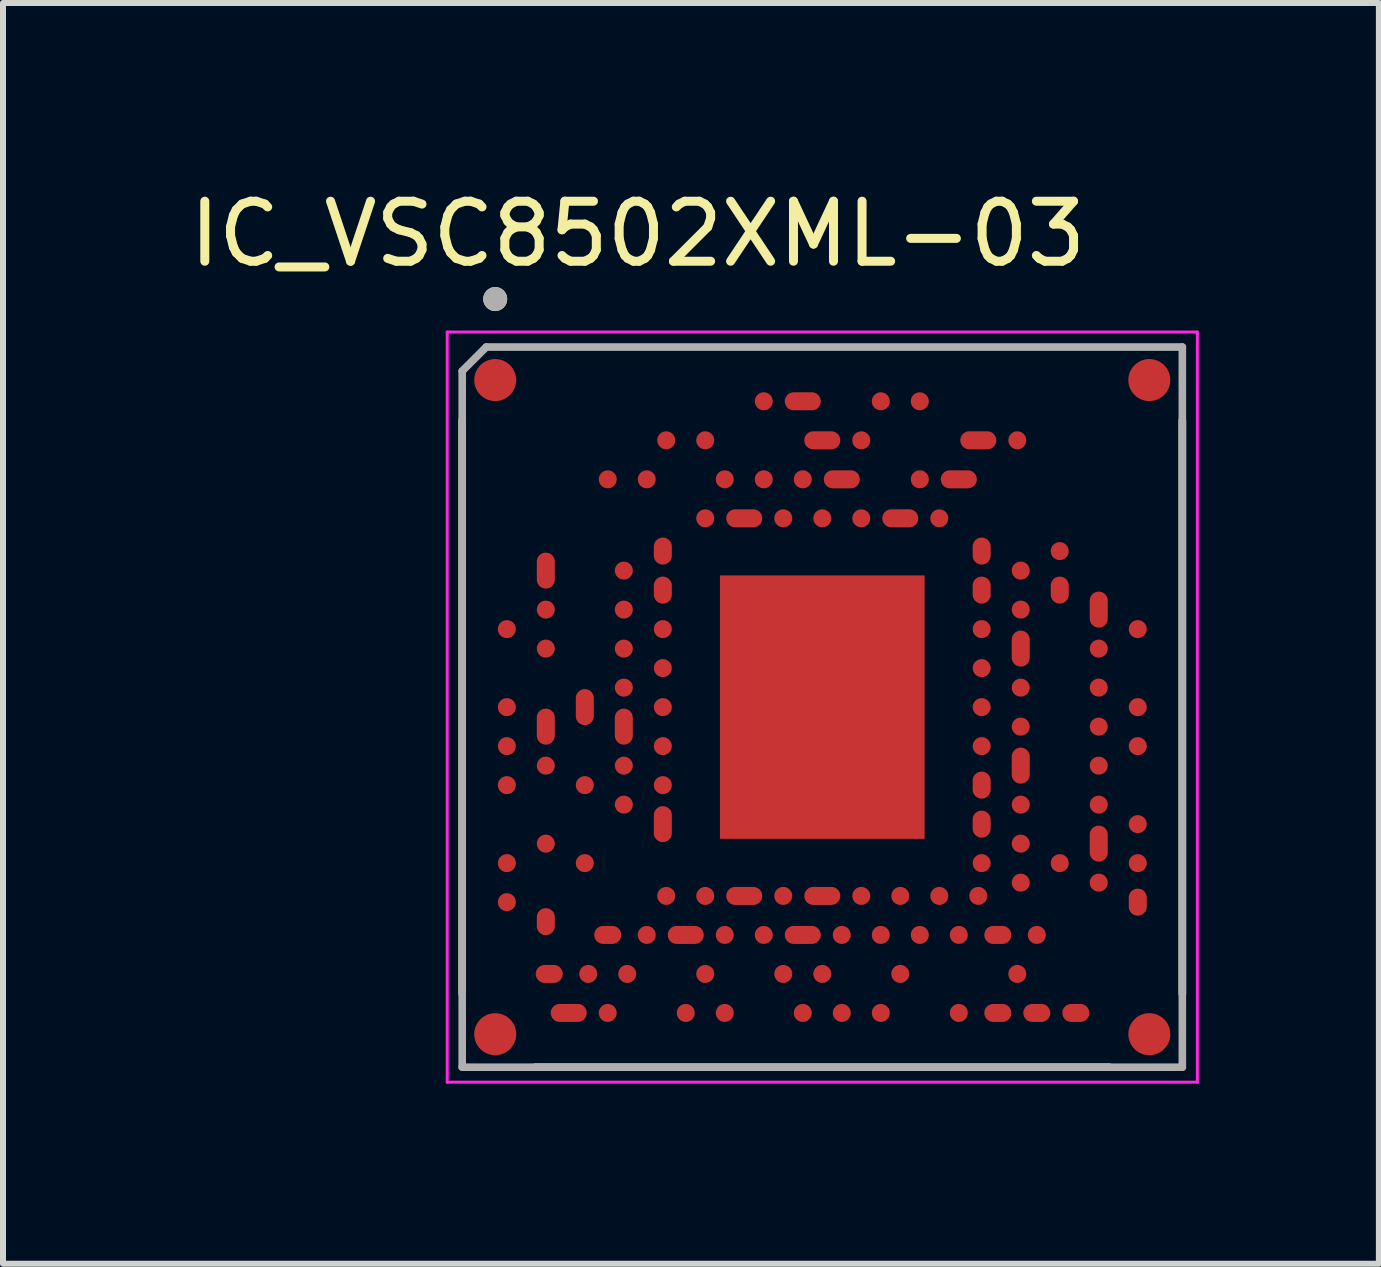
<source format=kicad_pcb>
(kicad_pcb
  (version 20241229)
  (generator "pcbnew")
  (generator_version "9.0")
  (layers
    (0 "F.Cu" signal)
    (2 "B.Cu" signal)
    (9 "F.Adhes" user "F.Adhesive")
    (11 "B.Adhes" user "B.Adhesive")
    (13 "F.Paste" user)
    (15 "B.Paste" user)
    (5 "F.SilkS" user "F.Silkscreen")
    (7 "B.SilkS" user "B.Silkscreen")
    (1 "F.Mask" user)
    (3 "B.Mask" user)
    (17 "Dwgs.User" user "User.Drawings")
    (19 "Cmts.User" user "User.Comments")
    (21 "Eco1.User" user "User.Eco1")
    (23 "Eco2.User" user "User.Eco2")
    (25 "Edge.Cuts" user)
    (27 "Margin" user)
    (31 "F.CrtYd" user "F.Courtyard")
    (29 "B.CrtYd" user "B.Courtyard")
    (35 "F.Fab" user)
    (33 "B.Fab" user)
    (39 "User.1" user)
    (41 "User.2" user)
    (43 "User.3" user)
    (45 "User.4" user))
  (footprint "IC_VSC8502XML-03"
    (layer "F.Cu")
    (at 10.652 8.733)
    (property "Reference" "IC_VSC8502XML-03" (at -3.075 -7.885 0) (layer "F.SilkS") (effects (font (size 1 1) (thickness 0.15))))
    (attr through_hole)
    (fp_line (start -6 -4.78) (end -6 4.78) (stroke (width 0.127) (type solid)) (layer "F.SilkS"))
    (fp_line (start -4.78 6) (end 4.78 6) (stroke (width 0.127) (type solid)) (layer "F.SilkS"))
    (fp_line (start 6 -4.78) (end 6 4.78) (stroke (width 0.127) (type solid)) (layer "F.SilkS"))
    (fp_circle (center -5.45 -6.8) (end -5.35 -6.8) (stroke (width 0.2) (type solid)) (fill no) (layer "F.SilkS"))
    (fp_poly (pts (xy -1.235 -1.725) (xy -0.235 -1.725) (xy -0.235 -0.235) (xy -1.235 -0.235)) (stroke (width 0.01) (type solid)) (fill yes) (layer "F.Paste"))
    (fp_poly (pts (xy -1.235 0.235) (xy -0.235 0.235) (xy -0.235 1.725) (xy -1.235 1.725)) (stroke (width 0.01) (type solid)) (fill yes) (layer "F.Paste"))
    (fp_poly (pts (xy 0.235 -1.725) (xy 1.235 -1.725) (xy 1.235 -0.235) (xy 0.235 -0.235)) (stroke (width 0.01) (type solid)) (fill yes) (layer "F.Paste"))
    (fp_poly (pts (xy 0.235 0.235) (xy 1.235 0.235) (xy 1.235 1.725) (xy 0.235 1.725)) (stroke (width 0.01) (type solid)) (fill yes) (layer "F.Paste"))
    (fp_line (start -6.25 -6.25) (end -6.25 6.25) (stroke (width 0.05) (type solid)) (layer "F.CrtYd"))
    (fp_line (start -6.25 6.25) (end 6.25 6.25) (stroke (width 0.05) (type solid)) (layer "F.CrtYd"))
    (fp_line (start 6.25 -6.25) (end -6.25 -6.25) (stroke (width 0.05) (type solid)) (layer "F.CrtYd"))
    (fp_line (start 6.25 6.25) (end 6.25 -6.25) (stroke (width 0.05) (type solid)) (layer "F.CrtYd"))
    (fp_line (start -6 -5.6) (end -5.6 -6) (stroke (width 0.127) (type solid)) (layer "F.Fab"))
    (fp_line (start -6 6) (end -6 -5.6) (stroke (width 0.127) (type solid)) (layer "F.Fab"))
    (fp_line (start -5.6 -6) (end 6 -6) (stroke (width 0.127) (type solid)) (layer "F.Fab"))
    (fp_line (start 6 -6) (end 6 6) (stroke (width 0.127) (type solid)) (layer "F.Fab"))
    (fp_line (start 6 6) (end -6 6) (stroke (width 0.127) (type solid)) (layer "F.Fab"))
    (fp_circle (center -5.45 -6.8) (end -5.35 -6.8) (stroke (width 0.2) (type solid)) (fill no) (layer "F.Fab"))
    (pad "A1" smd circle (at -5.45 -5.45 180) (size 0.7 0.7) (layers "F.Cu" "F.Mask" "F.Paste"))
    (pad "A2" smd circle (at -5.256 -1.3 180) (size 0.3 0.3) (layers "F.Cu" "F.Mask" "F.Paste"))
    (pad "A3" smd circle (at -5.256 0 180) (size 0.3 0.3) (layers "F.Cu" "F.Mask" "F.Paste"))
    (pad "A4" smd circle (at -5.256 0.65 180) (size 0.3 0.3) (layers "F.Cu" "F.Mask" "F.Paste"))
    (pad "A5" smd circle (at -5.256 1.3 180) (size 0.3 0.3) (layers "F.Cu" "F.Mask" "F.Paste"))
    (pad "A6" smd circle (at -5.256 2.6 180) (size 0.3 0.3) (layers "F.Cu" "F.Mask" "F.Paste"))
    (pad "A7" smd circle (at -5.256 3.25 180) (size 0.3 0.3) (layers "F.Cu" "F.Mask" "F.Paste"))
    (pad "A8" smd circle (at -5.45 5.45 180) (size 0.7 0.7) (layers "F.Cu" "F.Mask" "F.Paste"))
    (pad "A9" smd oval (at -4.225 5.096 180) (size 0.6 0.3) (layers "F.Cu" "F.Mask" "F.Paste"))
    (pad "A10" smd circle (at -3.575 5.096 180) (size 0.3 0.3) (layers "F.Cu" "F.Mask" "F.Paste"))
    (pad "A11" smd circle (at -2.275 5.096 180) (size 0.3 0.3) (layers "F.Cu" "F.Mask" "F.Paste"))
    (pad "A12" smd circle (at -1.625 5.096 180) (size 0.3 0.3) (layers "F.Cu" "F.Mask" "F.Paste"))
    (pad "A13" smd circle (at -0.325 5.096 180) (size 0.3 0.3) (layers "F.Cu" "F.Mask" "F.Paste"))
    (pad "A14" smd circle (at 0.325 5.096 180) (size 0.3 0.3) (layers "F.Cu" "F.Mask" "F.Paste"))
    (pad "A15" smd circle (at 0.975 5.096 180) (size 0.3 0.3) (layers "F.Cu" "F.Mask" "F.Paste"))
    (pad "A16" smd circle (at 2.275 5.096) (size 0.3 0.3) (layers "F.Cu" "F.Mask" "F.Paste"))
    (pad "A17" smd oval (at 2.925 5.096) (size 0.45 0.3) (layers "F.Cu" "F.Mask" "F.Paste"))
    (pad "A18" smd oval (at 3.575 5.096) (size 0.45 0.3) (layers "F.Cu" "F.Mask" "F.Paste"))
    (pad "A19" smd oval (at 4.225 5.096) (size 0.45 0.3) (layers "F.Cu" "F.Mask" "F.Paste"))
    (pad "A20" smd circle (at 5.45 5.45 180) (size 0.7 0.7) (layers "F.Cu" "F.Mask" "F.Paste"))
    (pad "A21" smd oval (at 5.257 3.25 90) (size 0.45 0.3) (layers "F.Cu" "F.Mask" "F.Paste"))
    (pad "A22" smd circle (at 5.257 2.6 180) (size 0.3 0.3) (layers "F.Cu" "F.Mask" "F.Paste"))
    (pad "A23" smd circle (at 5.257 1.95 180) (size 0.3 0.3) (layers "F.Cu" "F.Mask" "F.Paste"))
    (pad "A24" smd circle (at 5.257 0.65 180) (size 0.3 0.3) (layers "F.Cu" "F.Mask" "F.Paste"))
    (pad "A25" smd circle (at 5.257 0 180) (size 0.3 0.3) (layers "F.Cu" "F.Mask" "F.Paste"))
    (pad "A26" smd circle (at 5.257 -1.3 180) (size 0.3 0.3) (layers "F.Cu" "F.Mask" "F.Paste"))
    (pad "A27" smd circle (at 5.45 -5.45 180) (size 0.7 0.7) (layers "F.Cu" "F.Mask" "F.Paste"))
    (pad "A28" smd circle (at 1.625 -5.096) (size 0.3 0.3) (layers "F.Cu" "F.Mask" "F.Paste"))
    (pad "A29" smd circle (at 0.975 -5.096) (size 0.3 0.3) (layers "F.Cu" "F.Mask" "F.Paste"))
    (pad "A30" smd oval (at -0.325 -5.096) (size 0.6 0.3) (layers "F.Cu" "F.Mask" "F.Paste"))
    (pad "A31" smd circle (at -0.975 -5.096) (size 0.3 0.3) (layers "F.Cu" "F.Mask" "F.Paste"))
    (pad "B1" smd oval (at -4.607 -2.275 90) (size 0.6 0.3) (layers "F.Cu" "F.Mask" "F.Paste"))
    (pad "B2" smd circle (at -4.607 -1.625 180) (size 0.3 0.3) (layers "F.Cu" "F.Mask" "F.Paste"))
    (pad "B3" smd circle (at -4.607 -0.975 180) (size 0.3 0.3) (layers "F.Cu" "F.Mask" "F.Paste"))
    (pad "B4" smd oval (at -4.607 0.325 90) (size 0.6 0.3) (layers "F.Cu" "F.Mask" "F.Paste"))
    (pad "B5" smd circle (at -4.607 0.975 180) (size 0.3 0.3) (layers "F.Cu" "F.Mask" "F.Paste"))
    (pad "B6" smd circle (at -4.607 2.275 180) (size 0.3 0.3) (layers "F.Cu" "F.Mask" "F.Paste"))
    (pad "B7" smd oval (at -4.607 3.575 90) (size 0.45 0.3) (layers "F.Cu" "F.Mask" "F.Paste"))
    (pad "B8" smd oval (at -4.55 4.446 180) (size 0.45 0.3) (layers "F.Cu" "F.Mask" "F.Paste"))
    (pad "B9" smd circle (at -3.9 4.446 180) (size 0.3 0.3) (layers "F.Cu" "F.Mask" "F.Paste"))
    (pad "B10" smd circle (at -3.25 4.446 180) (size 0.3 0.3) (layers "F.Cu" "F.Mask" "F.Paste"))
    (pad "B11" smd circle (at -1.95 4.446 180) (size 0.3 0.3) (layers "F.Cu" "F.Mask" "F.Paste"))
    (pad "B12" smd circle (at -0.65 4.446 180) (size 0.3 0.3) (layers "F.Cu" "F.Mask" "F.Paste"))
    (pad "B13" smd circle (at 0 4.446 180) (size 0.3 0.3) (layers "F.Cu" "F.Mask" "F.Paste"))
    (pad "B14" smd circle (at 1.3 4.446 180) (size 0.3 0.3) (layers "F.Cu" "F.Mask" "F.Paste"))
    (pad "B15" smd circle (at 3.25 4.446 180) (size 0.3 0.3) (layers "F.Cu" "F.Mask" "F.Paste"))
    (pad "B16" smd circle (at 4.607 2.925 180) (size 0.3 0.3) (layers "F.Cu" "F.Mask" "F.Paste"))
    (pad "B17" smd oval (at 4.607 2.275 90) (size 0.6 0.3) (layers "F.Cu" "F.Mask" "F.Paste"))
    (pad "B18" smd circle (at 4.607 1.625 180) (size 0.3 0.3) (layers "F.Cu" "F.Mask" "F.Paste"))
    (pad "B19" smd circle (at 4.607 0.975 180) (size 0.3 0.3) (layers "F.Cu" "F.Mask" "F.Paste"))
    (pad "B20" smd circle (at 4.607 0.325 180) (size 0.3 0.3) (layers "F.Cu" "F.Mask" "F.Paste"))
    (pad "B21" smd circle (at 4.607 -0.325 180) (size 0.3 0.3) (layers "F.Cu" "F.Mask" "F.Paste"))
    (pad "B22" smd circle (at 4.607 -0.975 180) (size 0.3 0.3) (layers "F.Cu" "F.Mask" "F.Paste"))
    (pad "B23" smd oval (at 4.607 -1.625 90) (size 0.6 0.3) (layers "F.Cu" "F.Mask" "F.Paste"))
    (pad "B24" smd circle (at 3.25 -4.446 180) (size 0.3 0.3) (layers "F.Cu" "F.Mask" "F.Paste"))
    (pad "B25" smd oval (at 2.6 -4.446) (size 0.6 0.3) (layers "F.Cu" "F.Mask" "F.Paste"))
    (pad "B26" smd circle (at 0.65 -4.446 180) (size 0.3 0.3) (layers "F.Cu" "F.Mask" "F.Paste"))
    (pad "B27" smd oval (at 0 -4.446 180) (size 0.6 0.3) (layers "F.Cu" "F.Mask" "F.Paste"))
    (pad "B28" smd circle (at -1.95 -4.446 180) (size 0.3 0.3) (layers "F.Cu" "F.Mask" "F.Paste"))
    (pad "B29" smd circle (at -2.6 -4.446 180) (size 0.3 0.3) (layers "F.Cu" "F.Mask" "F.Paste"))
    (pad "C1" smd oval (at -3.957 0 90) (size 0.6 0.3) (layers "F.Cu" "F.Mask" "F.Paste"))
    (pad "C2" smd circle (at -3.957 1.3 180) (size 0.3 0.3) (layers "F.Cu" "F.Mask" "F.Paste"))
    (pad "C3" smd circle (at -3.957 2.6 180) (size 0.3 0.3) (layers "F.Cu" "F.Mask" "F.Paste"))
    (pad "C4" smd oval (at -3.575 3.796) (size 0.45 0.3) (layers "F.Cu" "F.Mask" "F.Paste"))
    (pad "C5" smd circle (at -2.925 3.796) (size 0.3 0.3) (layers "F.Cu" "F.Mask" "F.Paste"))
    (pad "C6" smd oval (at -2.275 3.796) (size 0.6 0.3) (layers "F.Cu" "F.Mask" "F.Paste"))
    (pad "C7" smd circle (at -1.625 3.796) (size 0.3 0.3) (layers "F.Cu" "F.Mask" "F.Paste"))
    (pad "C8" smd circle (at -0.975 3.796) (size 0.3 0.3) (layers "F.Cu" "F.Mask" "F.Paste"))
    (pad "C9" smd oval (at -0.325 3.796) (size 0.6 0.3) (layers "F.Cu" "F.Mask" "F.Paste"))
    (pad "C10" smd circle (at 0.325 3.796) (size 0.3 0.3) (layers "F.Cu" "F.Mask" "F.Paste"))
    (pad "C11" smd circle (at 0.975 3.796) (size 0.3 0.3) (layers "F.Cu" "F.Mask" "F.Paste"))
    (pad "C12" smd circle (at 1.625 3.796) (size 0.3 0.3) (layers "F.Cu" "F.Mask" "F.Paste"))
    (pad "C13" smd circle (at 2.275 3.796) (size 0.3 0.3) (layers "F.Cu" "F.Mask" "F.Paste"))
    (pad "C14" smd oval (at 2.925 3.796) (size 0.45 0.3) (layers "F.Cu" "F.Mask" "F.Paste"))
    (pad "C15" smd circle (at 3.575 3.796) (size 0.3 0.3) (layers "F.Cu" "F.Mask" "F.Paste"))
    (pad "C16" smd circle (at 3.957 2.6 180) (size 0.3 0.3) (layers "F.Cu" "F.Mask" "F.Paste"))
    (pad "C17" smd oval (at 3.957 -1.95 270) (size 0.45 0.3) (layers "F.Cu" "F.Mask" "F.Paste"))
    (pad "C18" smd circle (at 3.957 -2.6 180) (size 0.3 0.3) (layers "F.Cu" "F.Mask" "F.Paste"))
    (pad "C19" smd oval (at 2.275 -3.796) (size 0.6 0.3) (layers "F.Cu" "F.Mask" "F.Paste"))
    (pad "C20" smd circle (at 1.625 -3.796) (size 0.3 0.3) (layers "F.Cu" "F.Mask" "F.Paste"))
    (pad "C21" smd oval (at 0.325 -3.796) (size 0.6 0.3) (layers "F.Cu" "F.Mask" "F.Paste"))
    (pad "C22" smd circle (at -0.325 -3.796) (size 0.3 0.3) (layers "F.Cu" "F.Mask" "F.Paste"))
    (pad "C23" smd circle (at -0.975 -3.796) (size 0.3 0.3) (layers "F.Cu" "F.Mask" "F.Paste"))
    (pad "C24" smd circle (at -1.625 -3.796) (size 0.3 0.3) (layers "F.Cu" "F.Mask" "F.Paste"))
    (pad "C25" smd circle (at -2.925 -3.796) (size 0.3 0.3) (layers "F.Cu" "F.Mask" "F.Paste"))
    (pad "C26" smd circle (at -3.575 -3.796) (size 0.3 0.3) (layers "F.Cu" "F.Mask" "F.Paste"))
    (pad "D1" smd circle (at -3.307 -2.275 180) (size 0.3 0.3) (layers "F.Cu" "F.Mask" "F.Paste"))
    (pad "D2" smd circle (at -3.307 -1.625 180) (size 0.3 0.3) (layers "F.Cu" "F.Mask" "F.Paste"))
    (pad "D3" smd circle (at -3.307 -0.975 180) (size 0.3 0.3) (layers "F.Cu" "F.Mask" "F.Paste"))
    (pad "D4" smd circle (at -3.307 -0.325 180) (size 0.3 0.3) (layers "F.Cu" "F.Mask" "F.Paste"))
    (pad "D5" smd oval (at -3.307 0.325 90) (size 0.6 0.3) (layers "F.Cu" "F.Mask" "F.Paste"))
    (pad "D6" smd circle (at -3.307 0.975 180) (size 0.3 0.3) (layers "F.Cu" "F.Mask" "F.Paste"))
    (pad "D7" smd circle (at -3.307 1.625 180) (size 0.3 0.3) (layers "F.Cu" "F.Mask" "F.Paste"))
    (pad "D8" smd circle (at -2.6 3.146 180) (size 0.3 0.3) (layers "F.Cu" "F.Mask" "F.Paste"))
    (pad "D9" smd circle (at -1.95 3.146 180) (size 0.3 0.3) (layers "F.Cu" "F.Mask" "F.Paste"))
    (pad "D10" smd oval (at -1.3 3.146 180) (size 0.6 0.3) (layers "F.Cu" "F.Mask" "F.Paste"))
    (pad "D11" smd circle (at -0.65 3.146 180) (size 0.3 0.3) (layers "F.Cu" "F.Mask" "F.Paste"))
    (pad "D12" smd oval (at 0 3.146 180) (size 0.6 0.3) (layers "F.Cu" "F.Mask" "F.Paste"))
    (pad "D13" smd circle (at 0.65 3.146 180) (size 0.3 0.3) (layers "F.Cu" "F.Mask" "F.Paste"))
    (pad "D14" smd circle (at 1.3 3.146 180) (size 0.3 0.3) (layers "F.Cu" "F.Mask" "F.Paste"))
    (pad "D15" smd circle (at 1.95 3.146 180) (size 0.3 0.3) (layers "F.Cu" "F.Mask" "F.Paste"))
    (pad "D16" smd circle (at 2.6 3.146 180) (size 0.3 0.3) (layers "F.Cu" "F.Mask" "F.Paste"))
    (pad "D17" smd circle (at 3.307 2.925 180) (size 0.3 0.3) (layers "F.Cu" "F.Mask" "F.Paste"))
    (pad "D18" smd circle (at 3.307 2.275 180) (size 0.3 0.3) (layers "F.Cu" "F.Mask" "F.Paste"))
    (pad "D19" smd circle (at 3.307 1.625 180) (size 0.3 0.3) (layers "F.Cu" "F.Mask" "F.Paste"))
    (pad "D20" smd oval (at 3.307 0.975 90) (size 0.6 0.3) (layers "F.Cu" "F.Mask" "F.Paste"))
    (pad "D21" smd circle (at 3.307 0.325 180) (size 0.3 0.3) (layers "F.Cu" "F.Mask" "F.Paste"))
    (pad "D22" smd circle (at 3.307 -0.325 180) (size 0.3 0.3) (layers "F.Cu" "F.Mask" "F.Paste"))
    (pad "D23" smd oval (at 3.307 -0.975 90) (size 0.6 0.3) (layers "F.Cu" "F.Mask" "F.Paste"))
    (pad "D24" smd circle (at 3.307 -1.625 180) (size 0.3 0.3) (layers "F.Cu" "F.Mask" "F.Paste"))
    (pad "D25" smd circle (at 3.307 -2.275 180) (size 0.3 0.3) (layers "F.Cu" "F.Mask" "F.Paste"))
    (pad "D26" smd circle (at 1.95 -3.146 180) (size 0.3 0.3) (layers "F.Cu" "F.Mask" "F.Paste"))
    (pad "D27" smd oval (at 1.3 -3.146 180) (size 0.6 0.3) (layers "F.Cu" "F.Mask" "F.Paste"))
    (pad "D28" smd circle (at 0.65 -3.146 180) (size 0.3 0.3) (layers "F.Cu" "F.Mask" "F.Paste"))
    (pad "D29" smd circle (at 0 -3.146 180) (size 0.3 0.3) (layers "F.Cu" "F.Mask" "F.Paste"))
    (pad "D30" smd circle (at -0.65 -3.146 180) (size 0.3 0.3) (layers "F.Cu" "F.Mask" "F.Paste"))
    (pad "D31" smd oval (at -1.3 -3.146 180) (size 0.6 0.3) (layers "F.Cu" "F.Mask" "F.Paste"))
    (pad "D32" smd circle (at -1.95 -3.146 180) (size 0.3 0.3) (layers "F.Cu" "F.Mask" "F.Paste"))
    (pad "E1" smd oval (at -2.657 -2.6 90) (size 0.45 0.3) (layers "F.Cu" "F.Mask" "F.Paste"))
    (pad "E2" smd oval (at -2.657 -1.95 90) (size 0.45 0.3) (layers "F.Cu" "F.Mask" "F.Paste"))
    (pad "E3" smd circle (at -2.657 -1.3 180) (size 0.3 0.3) (layers "F.Cu" "F.Mask" "F.Paste"))
    (pad "E4" smd circle (at -2.657 -0.65 180) (size 0.3 0.3) (layers "F.Cu" "F.Mask" "F.Paste"))
    (pad "E5" smd circle (at -2.657 0 180) (size 0.3 0.3) (layers "F.Cu" "F.Mask" "F.Paste"))
    (pad "E6" smd circle (at -2.657 0.65 180) (size 0.3 0.3) (layers "F.Cu" "F.Mask" "F.Paste"))
    (pad "E7" smd circle (at -2.657 1.3 180) (size 0.3 0.3) (layers "F.Cu" "F.Mask" "F.Paste"))
    (pad "E8" smd oval (at -2.657 1.95 90) (size 0.6 0.3) (layers "F.Cu" "F.Mask" "F.Paste"))
    (pad "E9" smd circle (at 2.656 2.6 180) (size 0.3 0.3) (layers "F.Cu" "F.Mask" "F.Paste"))
    (pad "E10" smd oval (at 2.656 1.95 90) (size 0.45 0.3) (layers "F.Cu" "F.Mask" "F.Paste"))
    (pad "E11" smd oval (at 2.656 1.3 90) (size 0.45 0.3) (layers "F.Cu" "F.Mask" "F.Paste"))
    (pad "E12" smd circle (at 2.656 0.65 180) (size 0.3 0.3) (layers "F.Cu" "F.Mask" "F.Paste"))
    (pad "E13" smd circle (at 2.656 0 180) (size 0.3 0.3) (layers "F.Cu" "F.Mask" "F.Paste"))
    (pad "E14" smd circle (at 2.656 -0.65 180) (size 0.3 0.3) (layers "F.Cu" "F.Mask" "F.Paste"))
    (pad "E15" smd circle (at 2.656 -1.3 180) (size 0.3 0.3) (layers "F.Cu" "F.Mask" "F.Paste"))
    (pad "E16" smd oval (at 2.656 -1.95 90) (size 0.45 0.3) (layers "F.Cu" "F.Mask" "F.Paste"))
    (pad "E17" smd oval (at 2.656 -2.6 90) (size 0.45 0.3) (layers "F.Cu" "F.Mask" "F.Paste"))
    (pad "EP" smd rect (at 0 0) (size 3.41 4.39) (layers "F.Cu" "F.Mask")))
  (gr_rect
    (start -3 -3)
    (end 19.927 18.008)
    (stroke (width 0.1) (type default))
    (fill no)
    (layer "Edge.Cuts")))
</source>
